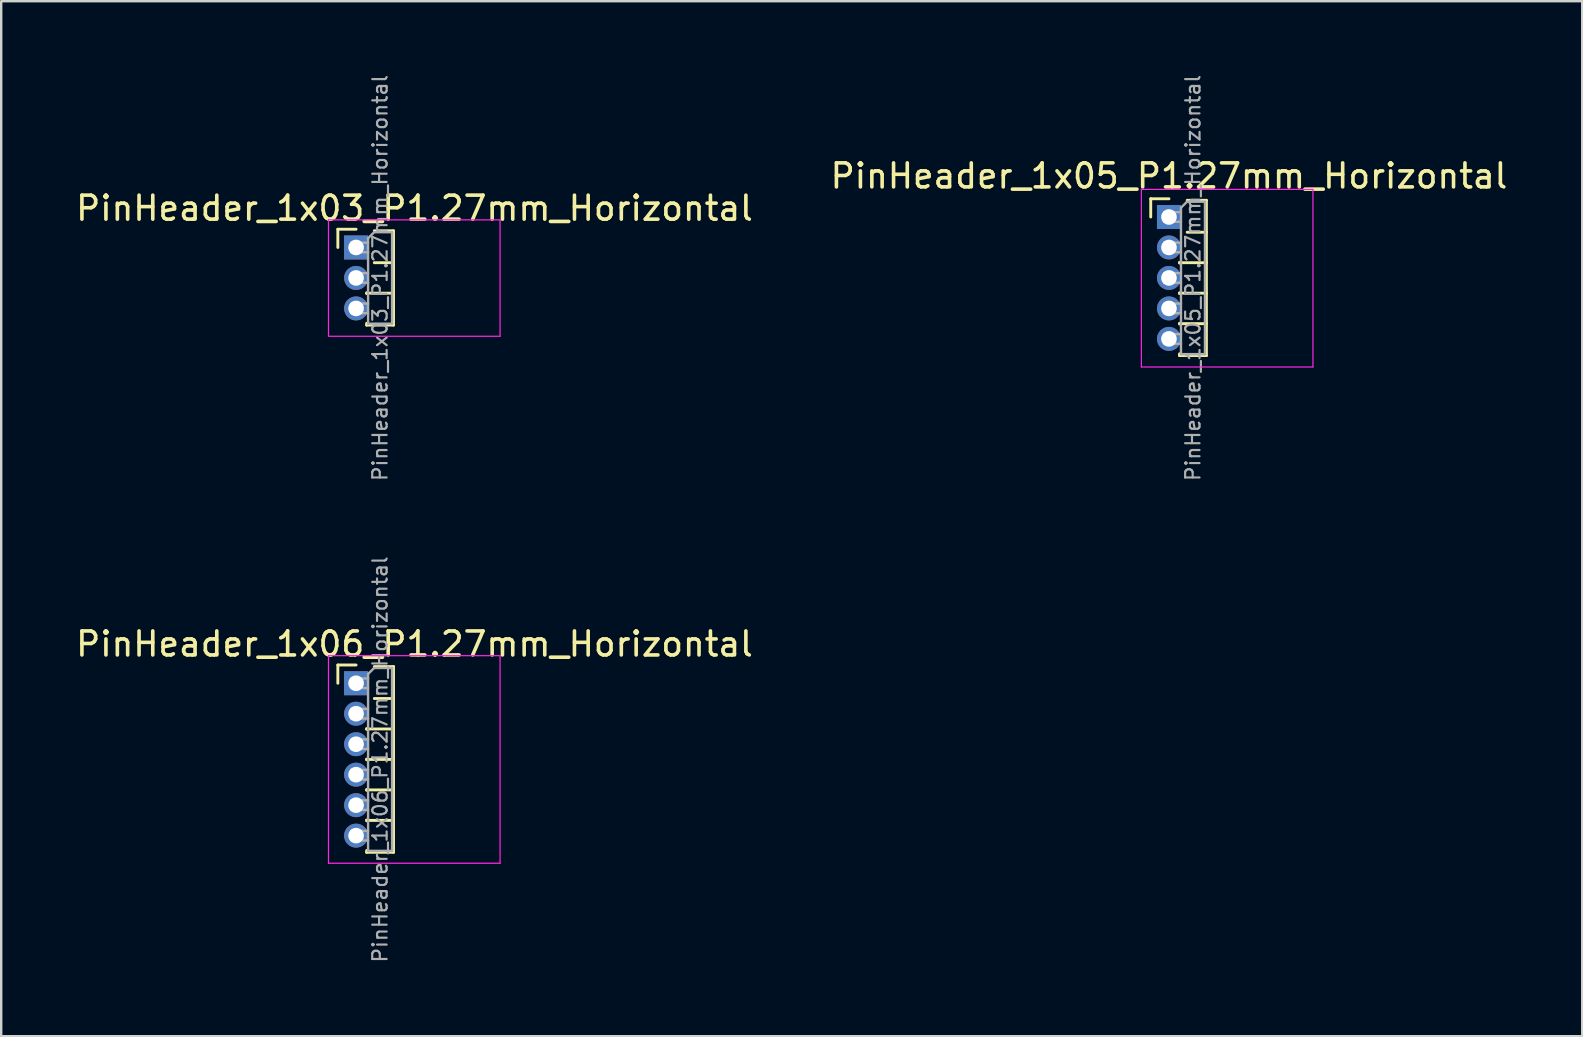
<source format=kicad_pcb>
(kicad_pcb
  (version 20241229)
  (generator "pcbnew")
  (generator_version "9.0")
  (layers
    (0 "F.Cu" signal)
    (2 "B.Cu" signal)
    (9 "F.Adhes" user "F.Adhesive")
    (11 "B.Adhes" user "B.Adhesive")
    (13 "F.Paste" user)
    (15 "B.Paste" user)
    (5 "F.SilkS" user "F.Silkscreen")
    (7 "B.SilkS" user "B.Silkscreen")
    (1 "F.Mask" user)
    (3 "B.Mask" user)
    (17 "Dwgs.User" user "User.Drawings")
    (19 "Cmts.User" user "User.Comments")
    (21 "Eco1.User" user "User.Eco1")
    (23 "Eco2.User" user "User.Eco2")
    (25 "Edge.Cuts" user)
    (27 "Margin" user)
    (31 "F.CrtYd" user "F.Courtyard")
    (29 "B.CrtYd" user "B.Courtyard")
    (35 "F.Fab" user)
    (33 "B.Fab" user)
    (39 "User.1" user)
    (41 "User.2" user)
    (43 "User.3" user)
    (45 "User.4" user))
  (footprint "PinHeader_1x05_P1.27mm_Horizontal"
    (layer "F.Cu")
    (at 45.661 5.992)
    (property "Reference" "PinHeader_1x05_P1.27mm_Horizontal" (at 0 -1.71 180) (layer "F.SilkS") (effects (font (size 1 1) (thickness 0.15))))
    (attr through_hole)
    (fp_line (start -0.76 -0.76) (end 0 -0.76) (stroke (width 0.12) (type solid)) (layer "F.SilkS"))
    (fp_line (start -0.76 0) (end -0.76 -0.76) (stroke (width 0.12) (type solid)) (layer "F.SilkS"))
    (fp_line (start 0.44 1.89) (end 0.44 1.92) (stroke (width 0.12) (type solid)) (layer "F.SilkS"))
    (fp_line (start 0.44 1.905) (end 1.56 1.905) (stroke (width 0.12) (type solid)) (layer "F.SilkS"))
    (fp_line (start 0.44 3.16) (end 0.44 3.19) (stroke (width 0.12) (type solid)) (layer "F.SilkS"))
    (fp_line (start 0.44 3.175) (end 1.56 3.175) (stroke (width 0.12) (type solid)) (layer "F.SilkS"))
    (fp_line (start 0.44 4.43) (end 0.44 4.46) (stroke (width 0.12) (type solid)) (layer "F.SilkS"))
    (fp_line (start 0.44 4.445) (end 1.56 4.445) (stroke (width 0.12) (type solid)) (layer "F.SilkS"))
    (fp_line (start 0.44 5.775) (end 0.44 5.7) (stroke (width 0.12) (type solid)) (layer "F.SilkS"))
    (fp_line (start 0.76 -0.695) (end 1.56 -0.695) (stroke (width 0.12) (type solid)) (layer "F.SilkS"))
    (fp_line (start 0.76 0.635) (end 1.56 0.635) (stroke (width 0.12) (type solid)) (layer "F.SilkS"))
    (fp_line (start 1.56 -0.695) (end 1.56 5.775) (stroke (width 0.12) (type solid)) (layer "F.SilkS"))
    (fp_line (start 1.56 5.775) (end 0.44 5.775) (stroke (width 0.12) (type solid)) (layer "F.SilkS"))
    (fp_line (start -1.15 -1.15) (end -1.15 6.25) (stroke (width 0.05) (type solid)) (layer "F.CrtYd"))
    (fp_line (start -1.15 6.25) (end 6 6.25) (stroke (width 0.05) (type solid)) (layer "F.CrtYd"))
    (fp_line (start 6 -1.15) (end -1.15 -1.15) (stroke (width 0.05) (type solid)) (layer "F.CrtYd"))
    (fp_line (start 6 6.25) (end 6 -1.15) (stroke (width 0.05) (type solid)) (layer "F.CrtYd"))
    (fp_line (start -0.2 -0.2) (end -0.2 0.2) (stroke (width 0.1) (type solid)) (layer "F.Fab"))
    (fp_line (start -0.2 -0.2) (end 0.5 -0.2) (stroke (width 0.1) (type solid)) (layer "F.Fab"))
    (fp_line (start -0.2 0.2) (end 0.5 0.2) (stroke (width 0.1) (type solid)) (layer "F.Fab"))
    (fp_line (start -0.2 1.07) (end -0.2 1.47) (stroke (width 0.1) (type solid)) (layer "F.Fab"))
    (fp_line (start -0.2 1.07) (end 0.5 1.07) (stroke (width 0.1) (type solid)) (layer "F.Fab"))
    (fp_line (start -0.2 1.47) (end 0.5 1.47) (stroke (width 0.1) (type solid)) (layer "F.Fab"))
    (fp_line (start -0.2 2.34) (end -0.2 2.74) (stroke (width 0.1) (type solid)) (layer "F.Fab"))
    (fp_line (start -0.2 2.34) (end 0.5 2.34) (stroke (width 0.1) (type solid)) (layer "F.Fab"))
    (fp_line (start -0.2 2.74) (end 0.5 2.74) (stroke (width 0.1) (type solid)) (layer "F.Fab"))
    (fp_line (start -0.2 3.61) (end -0.2 4.01) (stroke (width 0.1) (type solid)) (layer "F.Fab"))
    (fp_line (start -0.2 3.61) (end 0.5 3.61) (stroke (width 0.1) (type solid)) (layer "F.Fab"))
    (fp_line (start -0.2 4.01) (end 0.5 4.01) (stroke (width 0.1) (type solid)) (layer "F.Fab"))
    (fp_line (start -0.2 4.88) (end -0.2 5.28) (stroke (width 0.1) (type solid)) (layer "F.Fab"))
    (fp_line (start -0.2 4.88) (end 0.5 4.88) (stroke (width 0.1) (type solid)) (layer "F.Fab"))
    (fp_line (start -0.2 5.28) (end 0.5 5.28) (stroke (width 0.1) (type solid)) (layer "F.Fab"))
    (fp_line (start 0.5 -0.385) (end 0.75 -0.635) (stroke (width 0.1) (type solid)) (layer "F.Fab"))
    (fp_line (start 0.5 5.715) (end 0.5 -0.385) (stroke (width 0.1) (type solid)) (layer "F.Fab"))
    (fp_line (start 0.75 -0.635) (end 1.5 -0.635) (stroke (width 0.1) (type solid)) (layer "F.Fab"))
    (fp_line (start 1.5 -0.635) (end 1.5 5.715) (stroke (width 0.1) (type solid)) (layer "F.Fab"))
    (fp_line (start 1.5 5.715) (end 0.5 5.715) (stroke (width 0.1) (type solid)) (layer "F.Fab"))
    (fp_text user "${REFERENCE}" (at 1 2.54 90) (layer "F.Fab") (effects (font (size 0.6 0.6) (thickness 0.09))))
    (pad "1" thru_hole rect (at 0 0) (size 1 1) (drill 0.65) (layers "*.Cu" "*.Mask"))
    (pad "2" thru_hole oval (at 0 1.27) (size 1 1) (drill 0.65) (layers "*.Cu" "*.Mask"))
    (pad "3" thru_hole oval (at 0 2.54) (size 1 1) (drill 0.65) (layers "*.Cu" "*.Mask"))
    (pad "4" thru_hole oval (at 0 3.81) (size 1 1) (drill 0.65) (layers "*.Cu" "*.Mask"))
    (pad "5" thru_hole oval (at 0 5.08) (size 1 1) (drill 0.65) (layers "*.Cu" "*.Mask")))
  (footprint "PinHeader_1x06_P1.27mm_Horizontal"
    (layer "F.Cu")
    (at 11.788 25.421)
    (property "Reference" "PinHeader_1x06_P1.27mm_Horizontal" (at 2.433 -1.635 0) (layer "F.SilkS") (effects (font (size 1 1) (thickness 0.15))))
    (attr through_hole)
    (fp_line (start -0.76 -0.76) (end 0 -0.76) (stroke (width 0.12) (type solid)) (layer "F.SilkS"))
    (fp_line (start -0.76 0) (end -0.76 -0.76) (stroke (width 0.12) (type solid)) (layer "F.SilkS"))
    (fp_line (start 0.44 1.89) (end 0.44 1.92) (stroke (width 0.12) (type solid)) (layer "F.SilkS"))
    (fp_line (start 0.44 1.905) (end 1.56 1.905) (stroke (width 0.12) (type solid)) (layer "F.SilkS"))
    (fp_line (start 0.44 3.16) (end 0.44 3.19) (stroke (width 0.12) (type solid)) (layer "F.SilkS"))
    (fp_line (start 0.44 3.175) (end 1.56 3.175) (stroke (width 0.12) (type solid)) (layer "F.SilkS"))
    (fp_line (start 0.44 4.43) (end 0.44 4.46) (stroke (width 0.12) (type solid)) (layer "F.SilkS"))
    (fp_line (start 0.44 4.445) (end 1.56 4.445) (stroke (width 0.12) (type solid)) (layer "F.SilkS"))
    (fp_line (start 0.44 5.7) (end 0.44 5.73) (stroke (width 0.12) (type solid)) (layer "F.SilkS"))
    (fp_line (start 0.44 5.715) (end 1.56 5.715) (stroke (width 0.12) (type solid)) (layer "F.SilkS"))
    (fp_line (start 0.44 7.045) (end 0.44 6.97) (stroke (width 0.12) (type solid)) (layer "F.SilkS"))
    (fp_line (start 0.76 -0.695) (end 1.56 -0.695) (stroke (width 0.12) (type solid)) (layer "F.SilkS"))
    (fp_line (start 0.76 0.635) (end 1.56 0.635) (stroke (width 0.12) (type solid)) (layer "F.SilkS"))
    (fp_line (start 1.56 -0.695) (end 1.56 7.045) (stroke (width 0.12) (type solid)) (layer "F.SilkS"))
    (fp_line (start 1.56 7.045) (end 0.44 7.045) (stroke (width 0.12) (type solid)) (layer "F.SilkS"))
    (fp_line (start -1.15 -1.15) (end -1.15 7.5) (stroke (width 0.05) (type solid)) (layer "F.CrtYd"))
    (fp_line (start -1.15 7.5) (end 6 7.5) (stroke (width 0.05) (type solid)) (layer "F.CrtYd"))
    (fp_line (start 6 -1.15) (end -1.15 -1.15) (stroke (width 0.05) (type solid)) (layer "F.CrtYd"))
    (fp_line (start 6 7.5) (end 6 -1.15) (stroke (width 0.05) (type solid)) (layer "F.CrtYd"))
    (fp_line (start -0.2 -0.2) (end -0.2 0.2) (stroke (width 0.1) (type solid)) (layer "F.Fab"))
    (fp_line (start -0.2 -0.2) (end 0.5 -0.2) (stroke (width 0.1) (type solid)) (layer "F.Fab"))
    (fp_line (start -0.2 0.2) (end 0.5 0.2) (stroke (width 0.1) (type solid)) (layer "F.Fab"))
    (fp_line (start -0.2 1.07) (end -0.2 1.47) (stroke (width 0.1) (type solid)) (layer "F.Fab"))
    (fp_line (start -0.2 1.07) (end 0.5 1.07) (stroke (width 0.1) (type solid)) (layer "F.Fab"))
    (fp_line (start -0.2 1.47) (end 0.5 1.47) (stroke (width 0.1) (type solid)) (layer "F.Fab"))
    (fp_line (start -0.2 2.34) (end -0.2 2.74) (stroke (width 0.1) (type solid)) (layer "F.Fab"))
    (fp_line (start -0.2 2.34) (end 0.5 2.34) (stroke (width 0.1) (type solid)) (layer "F.Fab"))
    (fp_line (start -0.2 2.74) (end 0.5 2.74) (stroke (width 0.1) (type solid)) (layer "F.Fab"))
    (fp_line (start -0.2 3.61) (end -0.2 4.01) (stroke (width 0.1) (type solid)) (layer "F.Fab"))
    (fp_line (start -0.2 3.61) (end 0.5 3.61) (stroke (width 0.1) (type solid)) (layer "F.Fab"))
    (fp_line (start -0.2 4.01) (end 0.5 4.01) (stroke (width 0.1) (type solid)) (layer "F.Fab"))
    (fp_line (start -0.2 4.88) (end -0.2 5.28) (stroke (width 0.1) (type solid)) (layer "F.Fab"))
    (fp_line (start -0.2 4.88) (end 0.5 4.88) (stroke (width 0.1) (type solid)) (layer "F.Fab"))
    (fp_line (start -0.2 5.28) (end 0.5 5.28) (stroke (width 0.1) (type solid)) (layer "F.Fab"))
    (fp_line (start -0.2 6.15) (end -0.2 6.55) (stroke (width 0.1) (type solid)) (layer "F.Fab"))
    (fp_line (start -0.2 6.15) (end 0.5 6.15) (stroke (width 0.1) (type solid)) (layer "F.Fab"))
    (fp_line (start -0.2 6.55) (end 0.5 6.55) (stroke (width 0.1) (type solid)) (layer "F.Fab"))
    (fp_line (start 0.5 -0.385) (end 0.75 -0.635) (stroke (width 0.1) (type solid)) (layer "F.Fab"))
    (fp_line (start 0.5 6.985) (end 0.5 -0.385) (stroke (width 0.1) (type solid)) (layer "F.Fab"))
    (fp_line (start 0.75 -0.635) (end 1.5 -0.635) (stroke (width 0.1) (type solid)) (layer "F.Fab"))
    (fp_line (start 1.5 -0.635) (end 1.5 6.985) (stroke (width 0.1) (type solid)) (layer "F.Fab"))
    (fp_line (start 1.5 6.985) (end 0.5 6.985) (stroke (width 0.1) (type solid)) (layer "F.Fab"))
    (fp_text user "${REFERENCE}" (at 1 3.175 90) (layer "F.Fab") (effects (font (size 0.6 0.6) (thickness 0.09))))
    (pad "1" thru_hole rect (at 0 0) (size 1 1) (drill 0.65) (layers "*.Cu" "*.Mask"))
    (pad "2" thru_hole oval (at 0 1.27) (size 1 1) (drill 0.65) (layers "*.Cu" "*.Mask"))
    (pad "3" thru_hole oval (at 0 2.54) (size 1 1) (drill 0.65) (layers "*.Cu" "*.Mask"))
    (pad "4" thru_hole oval (at 0 3.81) (size 1 1) (drill 0.65) (layers "*.Cu" "*.Mask"))
    (pad "5" thru_hole oval (at 0 5.08) (size 1 1) (drill 0.65) (layers "*.Cu" "*.Mask"))
    (pad "6" thru_hole oval (at 0 6.35) (size 1 1) (drill 0.65) (layers "*.Cu" "*.Mask")))
  (footprint "PinHeader_1x03_P1.27mm_Horizontal"
    (layer "F.Cu")
    (at 11.788 7.262)
    (property "Reference" "PinHeader_1x03_P1.27mm_Horizontal" (at 2.433 -1.635 0) (layer "F.SilkS") (effects (font (size 1 1) (thickness 0.15))))
    (attr through_hole)
    (fp_line (start -0.76 -0.76) (end 0 -0.76) (stroke (width 0.12) (type solid)) (layer "F.SilkS"))
    (fp_line (start -0.76 0) (end -0.76 -0.76) (stroke (width 0.12) (type solid)) (layer "F.SilkS"))
    (fp_line (start 0.44 1.89) (end 0.44 1.92) (stroke (width 0.12) (type solid)) (layer "F.SilkS"))
    (fp_line (start 0.44 1.905) (end 1.56 1.905) (stroke (width 0.12) (type solid)) (layer "F.SilkS"))
    (fp_line (start 0.44 3.235) (end 0.44 3.16) (stroke (width 0.12) (type solid)) (layer "F.SilkS"))
    (fp_line (start 0.76 -0.695) (end 1.56 -0.695) (stroke (width 0.12) (type solid)) (layer "F.SilkS"))
    (fp_line (start 0.76 0.635) (end 1.56 0.635) (stroke (width 0.12) (type solid)) (layer "F.SilkS"))
    (fp_line (start 1.56 -0.695) (end 1.56 3.235) (stroke (width 0.12) (type solid)) (layer "F.SilkS"))
    (fp_line (start 1.56 3.235) (end 0.44 3.235) (stroke (width 0.12) (type solid)) (layer "F.SilkS"))
    (fp_line (start -1.15 -1.15) (end -1.15 3.7) (stroke (width 0.05) (type solid)) (layer "F.CrtYd"))
    (fp_line (start -1.15 3.7) (end 6 3.7) (stroke (width 0.05) (type solid)) (layer "F.CrtYd"))
    (fp_line (start 6 -1.15) (end -1.15 -1.15) (stroke (width 0.05) (type solid)) (layer "F.CrtYd"))
    (fp_line (start 6 3.7) (end 6 -1.15) (stroke (width 0.05) (type solid)) (layer "F.CrtYd"))
    (fp_line (start -0.2 -0.2) (end -0.2 0.2) (stroke (width 0.1) (type solid)) (layer "F.Fab"))
    (fp_line (start -0.2 -0.2) (end 0.5 -0.2) (stroke (width 0.1) (type solid)) (layer "F.Fab"))
    (fp_line (start -0.2 0.2) (end 0.5 0.2) (stroke (width 0.1) (type solid)) (layer "F.Fab"))
    (fp_line (start -0.2 1.07) (end -0.2 1.47) (stroke (width 0.1) (type solid)) (layer "F.Fab"))
    (fp_line (start -0.2 1.07) (end 0.5 1.07) (stroke (width 0.1) (type solid)) (layer "F.Fab"))
    (fp_line (start -0.2 1.47) (end 0.5 1.47) (stroke (width 0.1) (type solid)) (layer "F.Fab"))
    (fp_line (start -0.2 2.34) (end -0.2 2.74) (stroke (width 0.1) (type solid)) (layer "F.Fab"))
    (fp_line (start -0.2 2.34) (end 0.5 2.34) (stroke (width 0.1) (type solid)) (layer "F.Fab"))
    (fp_line (start -0.2 2.74) (end 0.5 2.74) (stroke (width 0.1) (type solid)) (layer "F.Fab"))
    (fp_line (start 0.5 -0.385) (end 0.75 -0.635) (stroke (width 0.1) (type solid)) (layer "F.Fab"))
    (fp_line (start 0.5 3.175) (end 0.5 -0.385) (stroke (width 0.1) (type solid)) (layer "F.Fab"))
    (fp_line (start 0.75 -0.635) (end 1.5 -0.635) (stroke (width 0.1) (type solid)) (layer "F.Fab"))
    (fp_line (start 1.5 -0.635) (end 1.5 3.175) (stroke (width 0.1) (type solid)) (layer "F.Fab"))
    (fp_line (start 1.5 3.175) (end 0.5 3.175) (stroke (width 0.1) (type solid)) (layer "F.Fab"))
    (fp_text user "${REFERENCE}" (at 1 1.27 90) (layer "F.Fab") (effects (font (size 0.6 0.6) (thickness 0.09))))
    (pad "1" thru_hole rect (at 0 0) (size 1 1) (drill 0.65) (layers "*.Cu" "*.Mask"))
    (pad "2" thru_hole oval (at 0 1.27) (size 1 1) (drill 0.65) (layers "*.Cu" "*.Mask"))
    (pad "3" thru_hole oval (at 0 2.54) (size 1 1) (drill 0.65) (layers "*.Cu" "*.Mask")))
  (gr_rect
    (start -3 -3)
    (end 62.881 40.129)
    (stroke (width 0.1) (type default))
    (fill no)
    (layer "Edge.Cuts")))
</source>
